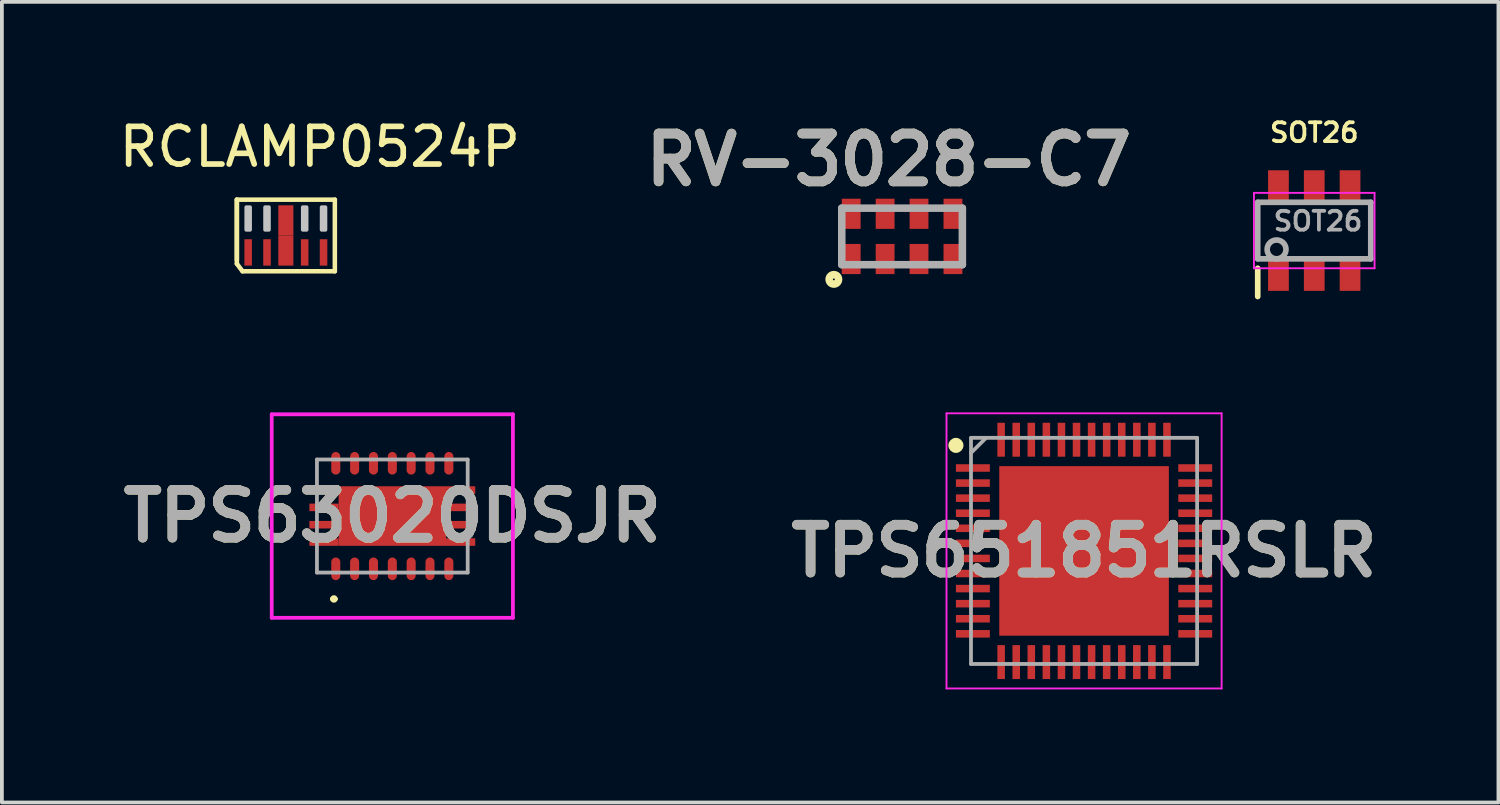
<source format=kicad_pcb>
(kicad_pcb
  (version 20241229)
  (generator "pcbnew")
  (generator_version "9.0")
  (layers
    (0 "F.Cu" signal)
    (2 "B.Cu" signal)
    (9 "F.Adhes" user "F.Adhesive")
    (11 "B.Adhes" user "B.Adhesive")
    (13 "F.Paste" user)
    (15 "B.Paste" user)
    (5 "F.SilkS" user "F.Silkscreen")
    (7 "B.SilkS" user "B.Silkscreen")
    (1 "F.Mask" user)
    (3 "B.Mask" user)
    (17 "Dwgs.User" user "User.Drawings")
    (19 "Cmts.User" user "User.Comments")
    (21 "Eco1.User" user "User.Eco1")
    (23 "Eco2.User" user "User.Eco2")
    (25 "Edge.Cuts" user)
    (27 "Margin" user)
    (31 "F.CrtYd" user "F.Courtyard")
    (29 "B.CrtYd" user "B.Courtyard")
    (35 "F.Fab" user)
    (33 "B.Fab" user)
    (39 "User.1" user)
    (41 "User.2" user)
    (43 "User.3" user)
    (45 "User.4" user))
  (footprint "TPS651851RSLR"
    (layer "F.Cu")
    (at 25.715 11.568)
    (property "Reference" "TPS651851RSLR" (at 0 0 0) (layer "F.SilkS") (effects (font (size 1.27 1.27) (thickness 0.254))))
    (attr smd)
    (fp_circle (center -3.4 -2.8) (end -3.4 -2.7) (stroke (width 0.2) (type solid)) (fill no) (layer "F.SilkS"))
    (fp_line (start -3.65 -3.65) (end 3.65 -3.65) (stroke (width 0.05) (type solid)) (layer "F.CrtYd"))
    (fp_line (start -3.65 3.65) (end -3.65 -3.65) (stroke (width 0.05) (type solid)) (layer "F.CrtYd"))
    (fp_line (start 3.65 -3.65) (end 3.65 3.65) (stroke (width 0.05) (type solid)) (layer "F.CrtYd"))
    (fp_line (start 3.65 3.65) (end -3.65 3.65) (stroke (width 0.05) (type solid)) (layer "F.CrtYd"))
    (fp_line (start -3 -3) (end 3 -3) (stroke (width 0.1) (type solid)) (layer "F.Fab"))
    (fp_line (start -3 -2.6) (end -2.6 -3) (stroke (width 0.1) (type solid)) (layer "F.Fab"))
    (fp_line (start -3 3) (end -3 -3) (stroke (width 0.1) (type solid)) (layer "F.Fab"))
    (fp_line (start 3 -3) (end 3 3) (stroke (width 0.1) (type solid)) (layer "F.Fab"))
    (fp_line (start 3 3) (end -3 3) (stroke (width 0.1) (type solid)) (layer "F.Fab"))
    (fp_text user "${REFERENCE}" (at 0 0 0) (layer "F.Fab") (effects (font (size 1.27 1.27) (thickness 0.254))))
    (pad "1" smd rect (at -2.95 -2.2 90) (size 0.2 0.9) (layers "F.Cu" "F.Mask" "F.Paste"))
    (pad "2" smd rect (at -2.95 -1.8 90) (size 0.2 0.9) (layers "F.Cu" "F.Mask" "F.Paste"))
    (pad "3" smd rect (at -2.95 -1.4 90) (size 0.2 0.9) (layers "F.Cu" "F.Mask" "F.Paste"))
    (pad "4" smd rect (at -2.95 -1 90) (size 0.2 0.9) (layers "F.Cu" "F.Mask" "F.Paste"))
    (pad "5" smd rect (at -2.95 -0.6 90) (size 0.2 0.9) (layers "F.Cu" "F.Mask" "F.Paste"))
    (pad "6" smd rect (at -2.95 -0.2 90) (size 0.2 0.9) (layers "F.Cu" "F.Mask" "F.Paste"))
    (pad "7" smd rect (at -2.95 0.2 90) (size 0.2 0.9) (layers "F.Cu" "F.Mask" "F.Paste"))
    (pad "8" smd rect (at -2.95 0.6 90) (size 0.2 0.9) (layers "F.Cu" "F.Mask" "F.Paste"))
    (pad "9" smd rect (at -2.95 1 90) (size 0.2 0.9) (layers "F.Cu" "F.Mask" "F.Paste"))
    (pad "10" smd rect (at -2.95 1.4 90) (size 0.2 0.9) (layers "F.Cu" "F.Mask" "F.Paste"))
    (pad "11" smd rect (at -2.95 1.8 90) (size 0.2 0.9) (layers "F.Cu" "F.Mask" "F.Paste"))
    (pad "12" smd rect (at -2.95 2.2 90) (size 0.2 0.9) (layers "F.Cu" "F.Mask" "F.Paste"))
    (pad "13" smd rect (at -2.2 2.95) (size 0.2 0.9) (layers "F.Cu" "F.Mask" "F.Paste"))
    (pad "14" smd rect (at -1.8 2.95) (size 0.2 0.9) (layers "F.Cu" "F.Mask" "F.Paste"))
    (pad "15" smd rect (at -1.4 2.95) (size 0.2 0.9) (layers "F.Cu" "F.Mask" "F.Paste"))
    (pad "16" smd rect (at -1 2.95) (size 0.2 0.9) (layers "F.Cu" "F.Mask" "F.Paste"))
    (pad "17" smd rect (at -0.6 2.95) (size 0.2 0.9) (layers "F.Cu" "F.Mask" "F.Paste"))
    (pad "18" smd rect (at -0.2 2.95) (size 0.2 0.9) (layers "F.Cu" "F.Mask" "F.Paste"))
    (pad "19" smd rect (at 0.2 2.95) (size 0.2 0.9) (layers "F.Cu" "F.Mask" "F.Paste"))
    (pad "20" smd rect (at 0.6 2.95) (size 0.2 0.9) (layers "F.Cu" "F.Mask" "F.Paste"))
    (pad "21" smd rect (at 1 2.95) (size 0.2 0.9) (layers "F.Cu" "F.Mask" "F.Paste"))
    (pad "22" smd rect (at 1.4 2.95) (size 0.2 0.9) (layers "F.Cu" "F.Mask" "F.Paste"))
    (pad "23" smd rect (at 1.8 2.95) (size 0.2 0.9) (layers "F.Cu" "F.Mask" "F.Paste"))
    (pad "24" smd rect (at 2.2 2.95) (size 0.2 0.9) (layers "F.Cu" "F.Mask" "F.Paste"))
    (pad "25" smd rect (at 2.95 2.2 90) (size 0.2 0.9) (layers "F.Cu" "F.Mask" "F.Paste"))
    (pad "26" smd rect (at 2.95 1.8 90) (size 0.2 0.9) (layers "F.Cu" "F.Mask" "F.Paste"))
    (pad "27" smd rect (at 2.95 1.4 90) (size 0.2 0.9) (layers "F.Cu" "F.Mask" "F.Paste"))
    (pad "28" smd rect (at 2.95 1 90) (size 0.2 0.9) (layers "F.Cu" "F.Mask" "F.Paste"))
    (pad "29" smd rect (at 2.95 0.6 90) (size 0.2 0.9) (layers "F.Cu" "F.Mask" "F.Paste"))
    (pad "30" smd rect (at 2.95 0.2 90) (size 0.2 0.9) (layers "F.Cu" "F.Mask" "F.Paste"))
    (pad "31" smd rect (at 2.95 -0.2 90) (size 0.2 0.9) (layers "F.Cu" "F.Mask" "F.Paste"))
    (pad "32" smd rect (at 2.95 -0.6 90) (size 0.2 0.9) (layers "F.Cu" "F.Mask" "F.Paste"))
    (pad "33" smd rect (at 2.95 -1 90) (size 0.2 0.9) (layers "F.Cu" "F.Mask" "F.Paste"))
    (pad "34" smd rect (at 2.95 -1.4 90) (size 0.2 0.9) (layers "F.Cu" "F.Mask" "F.Paste"))
    (pad "35" smd rect (at 2.95 -1.8 90) (size 0.2 0.9) (layers "F.Cu" "F.Mask" "F.Paste"))
    (pad "36" smd rect (at 2.95 -2.2 90) (size 0.2 0.9) (layers "F.Cu" "F.Mask" "F.Paste"))
    (pad "37" smd rect (at 2.2 -2.95) (size 0.2 0.9) (layers "F.Cu" "F.Mask" "F.Paste"))
    (pad "38" smd rect (at 1.8 -2.95) (size 0.2 0.9) (layers "F.Cu" "F.Mask" "F.Paste"))
    (pad "39" smd rect (at 1.4 -2.95) (size 0.2 0.9) (layers "F.Cu" "F.Mask" "F.Paste"))
    (pad "40" smd rect (at 1 -2.95) (size 0.2 0.9) (layers "F.Cu" "F.Mask" "F.Paste"))
    (pad "41" smd rect (at 0.6 -2.95) (size 0.2 0.9) (layers "F.Cu" "F.Mask" "F.Paste"))
    (pad "42" smd rect (at 0.2 -2.95) (size 0.2 0.9) (layers "F.Cu" "F.Mask" "F.Paste"))
    (pad "43" smd rect (at -0.2 -2.95) (size 0.2 0.9) (layers "F.Cu" "F.Mask" "F.Paste"))
    (pad "44" smd rect (at -0.6 -2.95) (size 0.2 0.9) (layers "F.Cu" "F.Mask" "F.Paste"))
    (pad "45" smd rect (at -1 -2.95) (size 0.2 0.9) (layers "F.Cu" "F.Mask" "F.Paste"))
    (pad "46" smd rect (at -1.4 -2.95) (size 0.2 0.9) (layers "F.Cu" "F.Mask" "F.Paste"))
    (pad "47" smd rect (at -1.8 -2.95) (size 0.2 0.9) (layers "F.Cu" "F.Mask" "F.Paste"))
    (pad "48" smd rect (at -2.2 -2.95) (size 0.2 0.9) (layers "F.Cu" "F.Mask" "F.Paste"))
    (pad "49" smd rect (at 0 0) (size 4.5 4.5) (layers "F.Cu" "F.Mask" "F.Paste")))
  (footprint "TPS63020DSJR"
    (layer "F.Cu")
    (at 7.36 10.643)
    (property "Reference" "TPS63020DSJR" (at 0 0 0) (layer "F.SilkS") (effects (font (size 1.27 1.27) (thickness 0.254))))
    (attr smd)
    (fp_line (start -1.6 2.2) (end -1.6 2.2) (stroke (width 0.1) (type solid)) (layer "F.SilkS"))
    (fp_line (start -1.5 2.2) (end -1.5 2.2) (stroke (width 0.1) (type solid)) (layer "F.SilkS"))
    (fp_arc (start -1.6 2.2) (mid -1.55 2.15) (end -1.5 2.2) (stroke (width 0.1) (type solid)) (layer "F.SilkS"))
    (fp_arc (start -1.5 2.2) (mid -1.55 2.25) (end -1.6 2.2) (stroke (width 0.1) (type solid)) (layer "F.SilkS"))
    (fp_line (start -3.2 -2.7) (end 3.2 -2.7) (stroke (width 0.1) (type solid)) (layer "F.CrtYd"))
    (fp_line (start -3.2 2.7) (end -3.2 -2.7) (stroke (width 0.1) (type solid)) (layer "F.CrtYd"))
    (fp_line (start 3.2 -2.7) (end 3.2 2.7) (stroke (width 0.1) (type solid)) (layer "F.CrtYd"))
    (fp_line (start 3.2 2.7) (end -3.2 2.7) (stroke (width 0.1) (type solid)) (layer "F.CrtYd"))
    (fp_line (start -2 -1.5) (end 2 -1.5) (stroke (width 0.1) (type solid)) (layer "F.Fab"))
    (fp_line (start -2 1.5) (end -2 -1.5) (stroke (width 0.1) (type solid)) (layer "F.Fab"))
    (fp_line (start 2 -1.5) (end 2 1.5) (stroke (width 0.1) (type solid)) (layer "F.Fab"))
    (fp_line (start 2 1.5) (end -2 1.5) (stroke (width 0.1) (type solid)) (layer "F.Fab"))
    (fp_text user "${REFERENCE}" (at 0 0 0) (layer "F.Fab") (effects (font (size 1.27 1.27) (thickness 0.254))))
    (pad "1" smd oval (at -1.5 1.4) (size 0.24 0.6) (layers "F.Cu" "F.Mask" "F.Paste"))
    (pad "2" smd oval (at -1 1.4) (size 0.24 0.6) (layers "F.Cu" "F.Mask" "F.Paste"))
    (pad "3" smd oval (at -0.5 1.4) (size 0.24 0.6) (layers "F.Cu" "F.Mask" "F.Paste"))
    (pad "4" smd oval (at 0 1.4) (size 0.24 0.6) (layers "F.Cu" "F.Mask" "F.Paste"))
    (pad "5" smd oval (at 0.5 1.4) (size 0.24 0.6) (layers "F.Cu" "F.Mask" "F.Paste"))
    (pad "6" smd oval (at 1 1.4) (size 0.24 0.6) (layers "F.Cu" "F.Mask" "F.Paste"))
    (pad "7" smd oval (at 1.5 1.4) (size 0.24 0.6) (layers "F.Cu" "F.Mask" "F.Paste"))
    (pad "8" smd oval (at 1.5 -1.4) (size 0.24 0.6) (layers "F.Cu" "F.Mask" "F.Paste"))
    (pad "9" smd oval (at 1 -1.4) (size 0.24 0.6) (layers "F.Cu" "F.Mask" "F.Paste"))
    (pad "10" smd oval (at 0.5 -1.4) (size 0.24 0.6) (layers "F.Cu" "F.Mask" "F.Paste"))
    (pad "11" smd oval (at 0 -1.4) (size 0.24 0.6) (layers "F.Cu" "F.Mask" "F.Paste"))
    (pad "12" smd oval (at -0.5 -1.4) (size 0.24 0.6) (layers "F.Cu" "F.Mask" "F.Paste"))
    (pad "13" smd oval (at -1 -1.4) (size 0.24 0.6) (layers "F.Cu" "F.Mask" "F.Paste"))
    (pad "14" smd oval (at -1.5 -1.4) (size 0.24 0.6) (layers "F.Cu" "F.Mask" "F.Paste"))
    (pad "15" smd rect (at 0 0 90) (size 1.58 2.85) (layers "F.Cu" "F.Mask" "F.Paste"))
    (pad "16" smd rect (at -1.813 -0.69 90) (size 0.2 0.775) (layers "F.Cu" "F.Mask" "F.Paste"))
    (pad "17" smd rect (at -1.813 -0.23 90) (size 0.2 0.775) (layers "F.Cu" "F.Mask" "F.Paste"))
    (pad "18" smd rect (at -1.813 0.23 90) (size 0.2 0.775) (layers "F.Cu" "F.Mask" "F.Paste"))
    (pad "19" smd rect (at -1.813 0.69 90) (size 0.2 0.775) (layers "F.Cu" "F.Mask" "F.Paste"))
    (pad "20" smd rect (at 1.813 0.69 90) (size 0.2 0.775) (layers "F.Cu" "F.Mask" "F.Paste"))
    (pad "21" smd rect (at 1.813 0.23 90) (size 0.2 0.775) (layers "F.Cu" "F.Mask" "F.Paste"))
    (pad "22" smd rect (at 1.813 -0.23 90) (size 0.2 0.775) (layers "F.Cu" "F.Mask" "F.Paste"))
    (pad "23" smd rect (at 1.813 -0.69 90) (size 0.2 0.775) (layers "F.Cu" "F.Mask" "F.Paste")))
  (footprint "SOT26"
    (layer "F.Cu")
    (at 31.823 3.068)
    (property "Reference" "SOT26" (at 0 -2.6 0) (layer "F.SilkS") (effects (font (size 0.5 0.5) (thickness 0.1))))
    (attr smd)
    (fp_line (start -1.5 1) (end -1.5 1.75) (stroke (width 0.15) (type solid)) (layer "F.SilkS"))
    (fp_line (start -1.6 -1) (end -1.6 1) (stroke (width 0.05) (type solid)) (layer "F.CrtYd"))
    (fp_line (start -1.6 -1) (end 1.6 -1) (stroke (width 0.05) (type solid)) (layer "F.CrtYd"))
    (fp_line (start -1.6 1) (end 1.6 1) (stroke (width 0.05) (type solid)) (layer "F.CrtYd"))
    (fp_line (start 1.6 -1) (end 1.6 1) (stroke (width 0.05) (type solid)) (layer "F.CrtYd"))
    (fp_line (start -1.5 -0.75) (end -1.5 0.75) (stroke (width 0.15) (type solid)) (layer "F.Fab"))
    (fp_line (start -1.5 0.75) (end 1.5 0.75) (stroke (width 0.15) (type solid)) (layer "F.Fab"))
    (fp_line (start 1.5 -0.75) (end -1.5 -0.75) (stroke (width 0.15) (type solid)) (layer "F.Fab"))
    (fp_line (start 1.5 0.75) (end 1.5 -0.75) (stroke (width 0.15) (type solid)) (layer "F.Fab"))
    (fp_circle (center -1 0.5) (end -1 0.25) (stroke (width 0.15) (type solid)) (fill no) (layer "F.Fab"))
    (fp_text user "${REFERENCE}" (at 0.1 -0.25 0) (layer "F.Fab") (effects (font (size 0.5 0.5) (thickness 0.1))))
    (pad "1" smd rect (at -0.95 1.2) (size 0.55 0.8) (layers "F.Cu" "F.Mask" "F.Paste"))
    (pad "2" smd rect (at 0 1.2) (size 0.55 0.8) (layers "F.Cu" "F.Mask" "F.Paste"))
    (pad "3" smd rect (at 0.95 1.2) (size 0.55 0.8) (layers "F.Cu" "F.Mask" "F.Paste"))
    (pad "4" smd rect (at 0.95 -1.2) (size 0.55 0.8) (layers "F.Cu" "F.Mask" "F.Paste"))
    (pad "5" smd rect (at 0 -1.2) (size 0.55 0.8) (layers "F.Cu" "F.Mask" "F.Paste"))
    (pad "6" smd rect (at -0.95 -1.2) (size 0.55 0.8) (layers "F.Cu" "F.Mask" "F.Paste")))
  (footprint "RCLAMP0524P"
    (layer "F.Cu")
    (at 5.435 1.348)
    (property "Reference" "RCLAMP0524P" (at 0 -0.5 0) (unlocked yes) (layer "F.SilkS") (effects (font (size 1 1) (thickness 0.15))))
    (attr smd)
    (fp_line (start -2.2 0.9) (end -2.2 2.5) (stroke (width 0.12) (type solid)) (layer "F.SilkS"))
    (fp_line (start -2.2 0.9) (end -2.2 2.6) (stroke (width 0.12) (type solid)) (layer "F.SilkS"))
    (fp_line (start -2.2 2.6) (end -2.05 2.8) (stroke (width 0.12) (type solid)) (layer "F.SilkS"))
    (fp_line (start -2.05 2.8) (end 0.4 2.8) (stroke (width 0.12) (type solid)) (layer "F.SilkS"))
    (fp_line (start 0.4 0.9) (end -2.2 0.9) (stroke (width 0.12) (type solid)) (layer "F.SilkS"))
    (fp_line (start 0.4 2.8) (end 0.4 0.9) (stroke (width 0.12) (type solid)) (layer "F.SilkS"))
    (pad "" smd roundrect (at -1.9 1.4) (size 0.2 0.7) (layers "Dwgs.User") (roundrect_rratio 0.25))
    (pad "" smd roundrect (at -1.4 1.4) (size 0.2 0.7) (layers "Dwgs.User") (roundrect_rratio 0.25))
    (pad "" smd roundrect (at -0.4 1.4) (size 0.2 0.7) (layers "Dwgs.User") (roundrect_rratio 0.25))
    (pad "" smd roundrect (at 0.1 1.4) (size 0.2 0.7) (layers "Dwgs.User") (roundrect_rratio 0.25))
    (pad "1" smd rect (at -1.9 2.3) (size 0.2 0.7) (layers "F.Cu" "F.Mask" "F.Paste"))
    (pad "2" smd rect (at -1.4 2.3) (size 0.2 0.7) (layers "F.Cu" "F.Mask" "F.Paste"))
    (pad "3" smd rect (at -0.9 2.25) (size 0.4 0.8) (layers "F.Cu" "F.Mask" "F.Paste"))
    (pad "4" smd rect (at -0.4 2.3) (size 0.2 0.7) (layers "F.Cu" "F.Mask" "F.Paste"))
    (pad "5" smd rect (at 0.1 2.3) (size 0.2 0.7) (layers "F.Cu" "F.Mask" "F.Paste"))
    (pad "8" smd rect (at -0.9 1.45) (size 0.4 0.8) (layers "F.Cu" "F.Mask" "F.Paste")))
  (footprint "RV-3028-C7"
    (layer "F.Cu")
    (at 20.886 3.223)
    (property "Reference" "RV-3028-C7" (at -0.352 -2.034 0) (layer "F.SilkS") (effects (font (size 1.27 1.27) (thickness 0.254))))
    (attr smd)
    (fp_circle (center -1.81 1.14) (end -1.81 1.165) (stroke (width 0.2) (type solid)) (fill no) (layer "F.SilkS"))
    (fp_line (start -1.6 -0.75) (end 1.6 -0.75) (stroke (width 0.2) (type solid)) (layer "F.Fab"))
    (fp_line (start -1.6 0.75) (end -1.6 -0.75) (stroke (width 0.2) (type solid)) (layer "F.Fab"))
    (fp_line (start 1.6 -0.75) (end 1.6 0.75) (stroke (width 0.2) (type solid)) (layer "F.Fab"))
    (fp_line (start 1.6 0.75) (end -1.6 0.75) (stroke (width 0.2) (type solid)) (layer "F.Fab"))
    (fp_text user "${REFERENCE}" (at -0.352 -2.034 0) (layer "F.Fab") (effects (font (size 1.27 1.27) (thickness 0.254))))
    (pad "1" smd rect (at -1.35 0.6) (size 0.5 0.8) (layers "F.Cu" "F.Mask" "F.Paste"))
    (pad "2" smd rect (at -0.45 0.6) (size 0.5 0.8) (layers "F.Cu" "F.Mask" "F.Paste"))
    (pad "3" smd rect (at 0.45 0.6) (size 0.5 0.8) (layers "F.Cu" "F.Mask" "F.Paste"))
    (pad "4" smd rect (at 1.35 0.6) (size 0.5 0.8) (layers "F.Cu" "F.Mask" "F.Paste"))
    (pad "5" smd rect (at 1.35 -0.6) (size 0.5 0.8) (layers "F.Cu" "F.Mask" "F.Paste"))
    (pad "6" smd rect (at 0.45 -0.6) (size 0.5 0.8) (layers "F.Cu" "F.Mask" "F.Paste"))
    (pad "7" smd rect (at -0.45 -0.6) (size 0.5 0.8) (layers "F.Cu" "F.Mask" "F.Paste"))
    (pad "8" smd rect (at -1.35 -0.6) (size 0.5 0.8) (layers "F.Cu" "F.Mask" "F.Paste")))
  (gr_rect
    (start -3 -3)
    (end 36.71 18.243)
    (stroke (width 0.1) (type default))
    (fill no)
    (layer "Edge.Cuts")))
</source>
